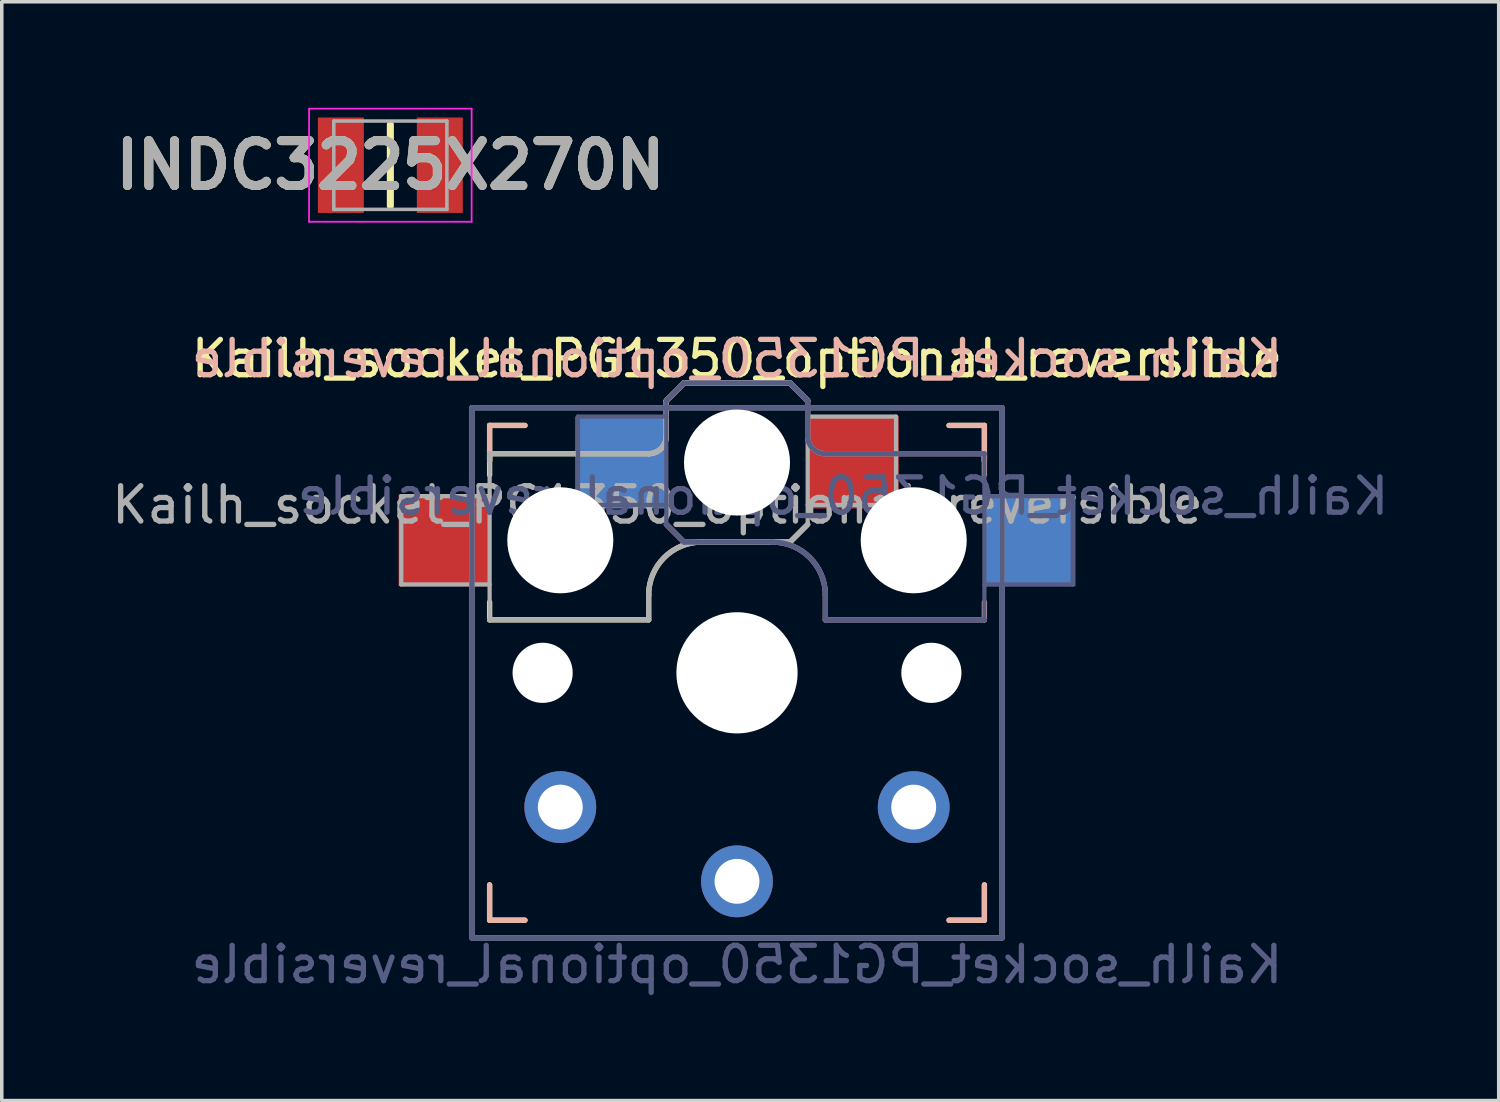
<source format=kicad_pcb>
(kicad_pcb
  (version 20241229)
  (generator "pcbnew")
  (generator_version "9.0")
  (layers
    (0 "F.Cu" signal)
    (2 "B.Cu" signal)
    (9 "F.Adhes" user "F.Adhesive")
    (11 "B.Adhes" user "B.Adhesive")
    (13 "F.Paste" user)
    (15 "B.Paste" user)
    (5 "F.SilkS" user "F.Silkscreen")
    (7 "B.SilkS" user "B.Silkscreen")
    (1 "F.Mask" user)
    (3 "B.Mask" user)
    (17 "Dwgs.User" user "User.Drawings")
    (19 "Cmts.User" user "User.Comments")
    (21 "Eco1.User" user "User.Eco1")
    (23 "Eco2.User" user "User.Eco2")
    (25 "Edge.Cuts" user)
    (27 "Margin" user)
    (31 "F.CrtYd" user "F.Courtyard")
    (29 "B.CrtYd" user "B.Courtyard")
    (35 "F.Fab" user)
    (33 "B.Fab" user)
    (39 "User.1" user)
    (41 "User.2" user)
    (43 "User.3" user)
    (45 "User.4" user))
  (footprint "INDC3225X270N"
    (layer "F.Cu")
    (at 7.995 1.625)
    (property "Reference" "INDC3225X270N" (at 0 0 0) (layer "F.SilkS") (effects (font (size 1.27 1.27) (thickness 0.254))))
    (attr smd)
    (fp_line (start 0 -1.15) (end 0 1.15) (stroke (width 0.2) (type solid)) (layer "F.SilkS"))
    (fp_line (start -2.3 -1.6) (end 2.3 -1.6) (stroke (width 0.05) (type solid)) (layer "F.CrtYd"))
    (fp_line (start -2.3 1.6) (end -2.3 -1.6) (stroke (width 0.05) (type solid)) (layer "F.CrtYd"))
    (fp_line (start 2.3 -1.6) (end 2.3 1.6) (stroke (width 0.05) (type solid)) (layer "F.CrtYd"))
    (fp_line (start 2.3 1.6) (end -2.3 1.6) (stroke (width 0.05) (type solid)) (layer "F.CrtYd"))
    (fp_line (start -1.6 -1.25) (end 1.6 -1.25) (stroke (width 0.1) (type solid)) (layer "F.Fab"))
    (fp_line (start -1.6 1.25) (end -1.6 -1.25) (stroke (width 0.1) (type solid)) (layer "F.Fab"))
    (fp_line (start 1.6 -1.25) (end 1.6 1.25) (stroke (width 0.1) (type solid)) (layer "F.Fab"))
    (fp_line (start 1.6 1.25) (end -1.6 1.25) (stroke (width 0.1) (type solid)) (layer "F.Fab"))
    (fp_text user "${REFERENCE}" (at 0 0 0) (layer "F.Fab") (effects (font (size 1.27 1.27) (thickness 0.254))))
    (pad "1" smd rect (at -1.4 0) (size 1.3 2.7) (layers "F.Cu" "F.Mask" "F.Paste"))
    (pad "2" smd rect (at 1.4 0) (size 1.3 2.7) (layers "F.Cu" "F.Mask" "F.Paste")))
  (footprint "Kailh_socket_PG1350_optional_reversible"
    (layer "F.Cu")
    (at 17.804 15.988)
    (property "Reference" "Kailh_socket_PG1350_optional_reversible" (at 0 -8.89 0) (layer "F.SilkS") (effects (font (size 1 1) (thickness 0.15))))
    (property "Value" "Kailh_socket_PG1350_optional_reversible" (at 0 8.255 0) (layer "F.Fab") (hide yes) (effects (font (size 1 1) (thickness 0.15))))
    (attr through_hole)
    (fp_line (start -7 -7) (end -6 -7) (stroke (width 0.15) (type solid)) (layer "F.SilkS"))
    (fp_line (start -7 -6.2) (end -2.5 -6.2) (stroke (width 0.15) (type solid)) (layer "F.SilkS"))
    (fp_line (start -7 -6) (end -7 -7) (stroke (width 0.15) (type solid)) (layer "F.SilkS"))
    (fp_line (start -7 -5.6) (end -7 -6.2) (stroke (width 0.15) (type solid)) (layer "F.SilkS"))
    (fp_line (start -7 -1.5) (end -7 -2) (stroke (width 0.15) (type solid)) (layer "F.SilkS"))
    (fp_line (start -7 7) (end -7 6) (stroke (width 0.15) (type solid)) (layer "F.SilkS"))
    (fp_line (start -6 7) (end -7 7) (stroke (width 0.15) (type solid)) (layer "F.SilkS"))
    (fp_line (start -2.5 -2.2) (end -2.5 -1.5) (stroke (width 0.15) (type solid)) (layer "F.SilkS"))
    (fp_line (start -2.5 -1.5) (end -7 -1.5) (stroke (width 0.15) (type solid)) (layer "F.SilkS"))
    (fp_line (start -2 -6.7) (end -2 -7.7) (stroke (width 0.15) (type solid)) (layer "F.SilkS"))
    (fp_line (start -1.5 -8.2) (end -2 -7.7) (stroke (width 0.15) (type solid)) (layer "F.SilkS"))
    (fp_line (start 1.5 -8.2) (end -1.5 -8.2) (stroke (width 0.15) (type solid)) (layer "F.SilkS"))
    (fp_line (start 1.5 -3.7) (end -1 -3.7) (stroke (width 0.15) (type solid)) (layer "F.SilkS"))
    (fp_line (start 2 -7.7) (end 1.5 -8.2) (stroke (width 0.15) (type solid)) (layer "F.SilkS"))
    (fp_line (start 2 -4.2) (end 1.5 -3.7) (stroke (width 0.15) (type solid)) (layer "F.SilkS"))
    (fp_line (start 6 -7) (end 7 -7) (stroke (width 0.15) (type solid)) (layer "F.SilkS"))
    (fp_line (start 7 -7) (end 7 -6) (stroke (width 0.15) (type solid)) (layer "F.SilkS"))
    (fp_line (start 7 6) (end 7 7) (stroke (width 0.15) (type solid)) (layer "F.SilkS"))
    (fp_line (start 7 7) (end 6 7) (stroke (width 0.15) (type solid)) (layer "F.SilkS"))
    (fp_arc (start -2.5 -2.2) (mid -2.06066 -3.26066) (end -1 -3.7) (stroke (width 0.15) (type solid)) (layer "F.SilkS"))
    (fp_arc (start -2 -6.7) (mid -2.146447 -6.346447) (end -2.5 -6.2) (stroke (width 0.15) (type solid)) (layer "F.SilkS"))
    (fp_line (start -7 -7) (end -6 -7) (stroke (width 0.15) (type solid)) (layer "B.SilkS"))
    (fp_line (start -7 -6) (end -7 -7) (stroke (width 0.15) (type solid)) (layer "B.SilkS"))
    (fp_line (start -7 7) (end -7 6) (stroke (width 0.15) (type solid)) (layer "B.SilkS"))
    (fp_line (start -6 7) (end -7 7) (stroke (width 0.15) (type solid)) (layer "B.SilkS"))
    (fp_line (start -2 -7.7) (end -1.5 -8.2) (stroke (width 0.15) (type solid)) (layer "B.SilkS"))
    (fp_line (start -2 -4.2) (end -1.5 -3.7) (stroke (width 0.15) (type solid)) (layer "B.SilkS"))
    (fp_line (start -1.5 -8.2) (end 1.5 -8.2) (stroke (width 0.15) (type solid)) (layer "B.SilkS"))
    (fp_line (start -1.5 -3.7) (end 1 -3.7) (stroke (width 0.15) (type solid)) (layer "B.SilkS"))
    (fp_line (start 1.5 -8.2) (end 2 -7.7) (stroke (width 0.15) (type solid)) (layer "B.SilkS"))
    (fp_line (start 2 -6.7) (end 2 -7.7) (stroke (width 0.15) (type solid)) (layer "B.SilkS"))
    (fp_line (start 2.5 -2.2) (end 2.5 -1.5) (stroke (width 0.15) (type solid)) (layer "B.SilkS"))
    (fp_line (start 2.5 -1.5) (end 7 -1.5) (stroke (width 0.15) (type solid)) (layer "B.SilkS"))
    (fp_line (start 6 -7) (end 7 -7) (stroke (width 0.15) (type solid)) (layer "B.SilkS"))
    (fp_line (start 7 -7) (end 7 -6) (stroke (width 0.15) (type solid)) (layer "B.SilkS"))
    (fp_line (start 7 -6.2) (end 2.5 -6.2) (stroke (width 0.15) (type solid)) (layer "B.SilkS"))
    (fp_line (start 7 -5.6) (end 7 -6.2) (stroke (width 0.15) (type solid)) (layer "B.SilkS"))
    (fp_line (start 7 -1.5) (end 7 -2) (stroke (width 0.15) (type solid)) (layer "B.SilkS"))
    (fp_line (start 7 6) (end 7 7) (stroke (width 0.15) (type solid)) (layer "B.SilkS"))
    (fp_line (start 7 7) (end 6 7) (stroke (width 0.15) (type solid)) (layer "B.SilkS"))
    (fp_arc (start 1 -3.7) (mid 2.06066 -3.26066) (end 2.5 -2.2) (stroke (width 0.15) (type solid)) (layer "B.SilkS"))
    (fp_arc (start 2.5 -6.2) (mid 2.146447 -6.346447) (end 2 -6.7) (stroke (width 0.15) (type solid)) (layer "B.SilkS"))
    (fp_line (start -6.9 6.9) (end -6.9 -6.9) (stroke (width 0.15) (type solid)) (layer "Eco2.User"))
    (fp_line (start -6.9 6.9) (end 6.9 6.9) (stroke (width 0.15) (type solid)) (layer "Eco2.User"))
    (fp_line (start -2.6 -3.1) (end -2.6 -6.3) (stroke (width 0.15) (type solid)) (layer "Eco2.User"))
    (fp_line (start -2.6 -3.1) (end 2.6 -3.1) (stroke (width 0.15) (type solid)) (layer "Eco2.User"))
    (fp_line (start 2.6 -6.3) (end -2.6 -6.3) (stroke (width 0.15) (type solid)) (layer "Eco2.User"))
    (fp_line (start 2.6 -3.1) (end 2.6 -6.3) (stroke (width 0.15) (type solid)) (layer "Eco2.User"))
    (fp_line (start 6.9 -6.9) (end -6.9 -6.9) (stroke (width 0.15) (type solid)) (layer "Eco2.User"))
    (fp_line (start 6.9 -6.9) (end 6.9 6.9) (stroke (width 0.15) (type solid)) (layer "Eco2.User"))
    (fp_line (start -7.5 -7.5) (end 7.5 -7.5) (stroke (width 0.15) (type solid)) (layer "B.Fab"))
    (fp_line (start -7.5 7.5) (end -7.5 -7.5) (stroke (width 0.15) (type solid)) (layer "B.Fab"))
    (fp_line (start -4.5 -7.25) (end -2 -7.25) (stroke (width 0.12) (type solid)) (layer "B.Fab"))
    (fp_line (start -4.5 -4.75) (end -4.5 -7.25) (stroke (width 0.12) (type solid)) (layer "B.Fab"))
    (fp_line (start -2 -7.7) (end -1.5 -8.2) (stroke (width 0.15) (type solid)) (layer "B.Fab"))
    (fp_line (start -2 -4.75) (end -4.5 -4.75) (stroke (width 0.12) (type solid)) (layer "B.Fab"))
    (fp_line (start -2 -4.25) (end -2 -7.7) (stroke (width 0.12) (type solid)) (layer "B.Fab"))
    (fp_line (start -2 -4.2) (end -1.5 -3.7) (stroke (width 0.15) (type solid)) (layer "B.Fab"))
    (fp_line (start -1.5 -8.2) (end 1.5 -8.2) (stroke (width 0.15) (type solid)) (layer "B.Fab"))
    (fp_line (start -1.5 -3.7) (end 1 -3.7) (stroke (width 0.15) (type solid)) (layer "B.Fab"))
    (fp_line (start 1.5 -8.2) (end 2 -7.7) (stroke (width 0.15) (type solid)) (layer "B.Fab"))
    (fp_line (start 2 -6.7) (end 2 -7.7) (stroke (width 0.15) (type solid)) (layer "B.Fab"))
    (fp_line (start 2.5 -2.2) (end 2.5 -1.5) (stroke (width 0.15) (type solid)) (layer "B.Fab"))
    (fp_line (start 2.5 -1.5) (end 7 -1.5) (stroke (width 0.15) (type solid)) (layer "B.Fab"))
    (fp_line (start 7 -6.2) (end 2.5 -6.2) (stroke (width 0.15) (type solid)) (layer "B.Fab"))
    (fp_line (start 7 -5) (end 9.5 -5) (stroke (width 0.12) (type solid)) (layer "B.Fab"))
    (fp_line (start 7 -1.5) (end 7 -6.2) (stroke (width 0.12) (type solid)) (layer "B.Fab"))
    (fp_line (start 7.5 -7.5) (end 7.5 7.5) (stroke (width 0.15) (type solid)) (layer "B.Fab"))
    (fp_line (start 7.5 7.5) (end -7.5 7.5) (stroke (width 0.15) (type solid)) (layer "B.Fab"))
    (fp_line (start 9.5 -5) (end 9.5 -2.5) (stroke (width 0.12) (type solid)) (layer "B.Fab"))
    (fp_line (start 9.5 -2.5) (end 7 -2.5) (stroke (width 0.12) (type solid)) (layer "B.Fab"))
    (fp_arc (start 1 -3.7) (mid 2.06066 -3.26066) (end 2.5 -2.2) (stroke (width 0.15) (type solid)) (layer "B.Fab"))
    (fp_arc (start 2.5 -6.2) (mid 2.146447 -6.346447) (end 2 -6.7) (stroke (width 0.15) (type solid)) (layer "B.Fab"))
    (fp_line (start -9.5 -5) (end -9.5 -2.5) (stroke (width 0.12) (type solid)) (layer "F.Fab"))
    (fp_line (start -9.5 -2.5) (end -7 -2.5) (stroke (width 0.12) (type solid)) (layer "F.Fab"))
    (fp_line (start -7.5 -7.5) (end 7.5 -7.5) (stroke (width 0.15) (type solid)) (layer "F.Fab"))
    (fp_line (start -7.5 7.5) (end -7.5 -7.5) (stroke (width 0.15) (type solid)) (layer "F.Fab"))
    (fp_line (start -7 -6.2) (end -2.5 -6.2) (stroke (width 0.15) (type solid)) (layer "F.Fab"))
    (fp_line (start -7 -5) (end -9.5 -5) (stroke (width 0.12) (type solid)) (layer "F.Fab"))
    (fp_line (start -7 -1.5) (end -7 -6.2) (stroke (width 0.12) (type solid)) (layer "F.Fab"))
    (fp_line (start -2.5 -2.2) (end -2.5 -1.5) (stroke (width 0.15) (type solid)) (layer "F.Fab"))
    (fp_line (start -2.5 -1.5) (end -7 -1.5) (stroke (width 0.15) (type solid)) (layer "F.Fab"))
    (fp_line (start -2 -6.7) (end -2 -7.7) (stroke (width 0.15) (type solid)) (layer "F.Fab"))
    (fp_line (start -1.5 -8.2) (end -2 -7.7) (stroke (width 0.15) (type solid)) (layer "F.Fab"))
    (fp_line (start 1.5 -8.2) (end -1.5 -8.2) (stroke (width 0.15) (type solid)) (layer "F.Fab"))
    (fp_line (start 1.5 -3.7) (end -1 -3.7) (stroke (width 0.15) (type solid)) (layer "F.Fab"))
    (fp_line (start 2 -7.7) (end 1.5 -8.2) (stroke (width 0.15) (type solid)) (layer "F.Fab"))
    (fp_line (start 2 -4.75) (end 4.5 -4.75) (stroke (width 0.12) (type solid)) (layer "F.Fab"))
    (fp_line (start 2 -4.25) (end 2 -7.7) (stroke (width 0.12) (type solid)) (layer "F.Fab"))
    (fp_line (start 2 -4.2) (end 1.5 -3.7) (stroke (width 0.15) (type solid)) (layer "F.Fab"))
    (fp_line (start 4.5 -7.25) (end 2 -7.25) (stroke (width 0.12) (type solid)) (layer "F.Fab"))
    (fp_line (start 4.5 -4.75) (end 4.5 -7.25) (stroke (width 0.12) (type solid)) (layer "F.Fab"))
    (fp_line (start 7.5 -7.5) (end 7.5 7.5) (stroke (width 0.15) (type solid)) (layer "F.Fab"))
    (fp_line (start 7.5 7.5) (end -7.5 7.5) (stroke (width 0.15) (type solid)) (layer "F.Fab"))
    (fp_arc (start -2.5 -2.2) (mid -2.06066 -3.26066) (end -1 -3.7) (stroke (width 0.15) (type solid)) (layer "F.Fab"))
    (fp_arc (start -2 -6.7) (mid -2.146447 -6.346447) (end -2.5 -6.2) (stroke (width 0.15) (type solid)) (layer "F.Fab"))
    (fp_text user "${REFERENCE}" (at 0 -8.89 0) (layer "B.SilkS") (effects (font (size 1 1) (thickness 0.15)) (justify mirror)))
    (fp_text user "${VALUE}" (at 0 8.255 0) (layer "B.Fab") (effects (font (size 1 1) (thickness 0.15)) (justify mirror)))
    (fp_text user "${REFERENCE}" (at 3 -5 180) (layer "B.Fab") (effects (font (size 1 1) (thickness 0.15)) (justify mirror)))
    (fp_text user "${REFERENCE}" (at -2.25 -4.75 0) (layer "F.Fab") (effects (font (size 1 1) (thickness 0.15))))
    (pad "" np_thru_hole circle (at -5.5 0) (size 1.702 1.702) (drill 1.702) (layers "*.Cu" "*.Mask"))
    (pad "" np_thru_hole circle (at -5 -3.75) (size 3 3) (drill 3) (layers "*.Cu" "*.Mask"))
    (pad "" np_thru_hole circle (at 0 -5.95) (size 3 3) (drill 3) (layers "*.Cu" "*.Mask"))
    (pad "" np_thru_hole circle (at 0 0) (size 3.429 3.429) (drill 3.429) (layers "*.Cu" "*.Mask"))
    (pad "" np_thru_hole circle (at 5 -3.75) (size 3 3) (drill 3) (layers "*.Cu" "*.Mask"))
    (pad "" np_thru_hole circle (at 5.5 0) (size 1.702 1.702) (drill 1.702) (layers "*.Cu" "*.Mask"))
    (pad "1" smd rect (at -3.275 -5.95) (size 2.6 2.6) (layers "B.Cu" "B.Mask" "B.Paste"))
    (pad "1" thru_hole circle (at 0 5.9) (size 2.032 2.032) (drill 1.27) (layers "*.Cu" "*.Mask"))
    (pad "1" smd rect (at 3.275 -5.95) (size 2.6 2.6) (layers "F.Cu" "F.Mask" "F.Paste"))
    (pad "2" smd rect (at -8.275 -3.75) (size 2.6 2.6) (layers "F.Cu" "F.Mask" "F.Paste"))
    (pad "2" thru_hole circle (at -5 3.8) (size 2.032 2.032) (drill 1.27) (layers "*.Cu" "*.Mask"))
    (pad "2" thru_hole circle (at 5 3.8) (size 2.032 2.032) (drill 1.27) (layers "*.Cu" "*.Mask"))
    (pad "2" smd rect (at 8.275 -3.75) (size 2.6 2.6) (layers "B.Cu" "B.Mask" "B.Paste")))
  (gr_rect
    (start -3 -3)
    (end 39.357 28.091)
    (stroke (width 0.1) (type default))
    (fill no)
    (layer "Edge.Cuts")))
</source>
